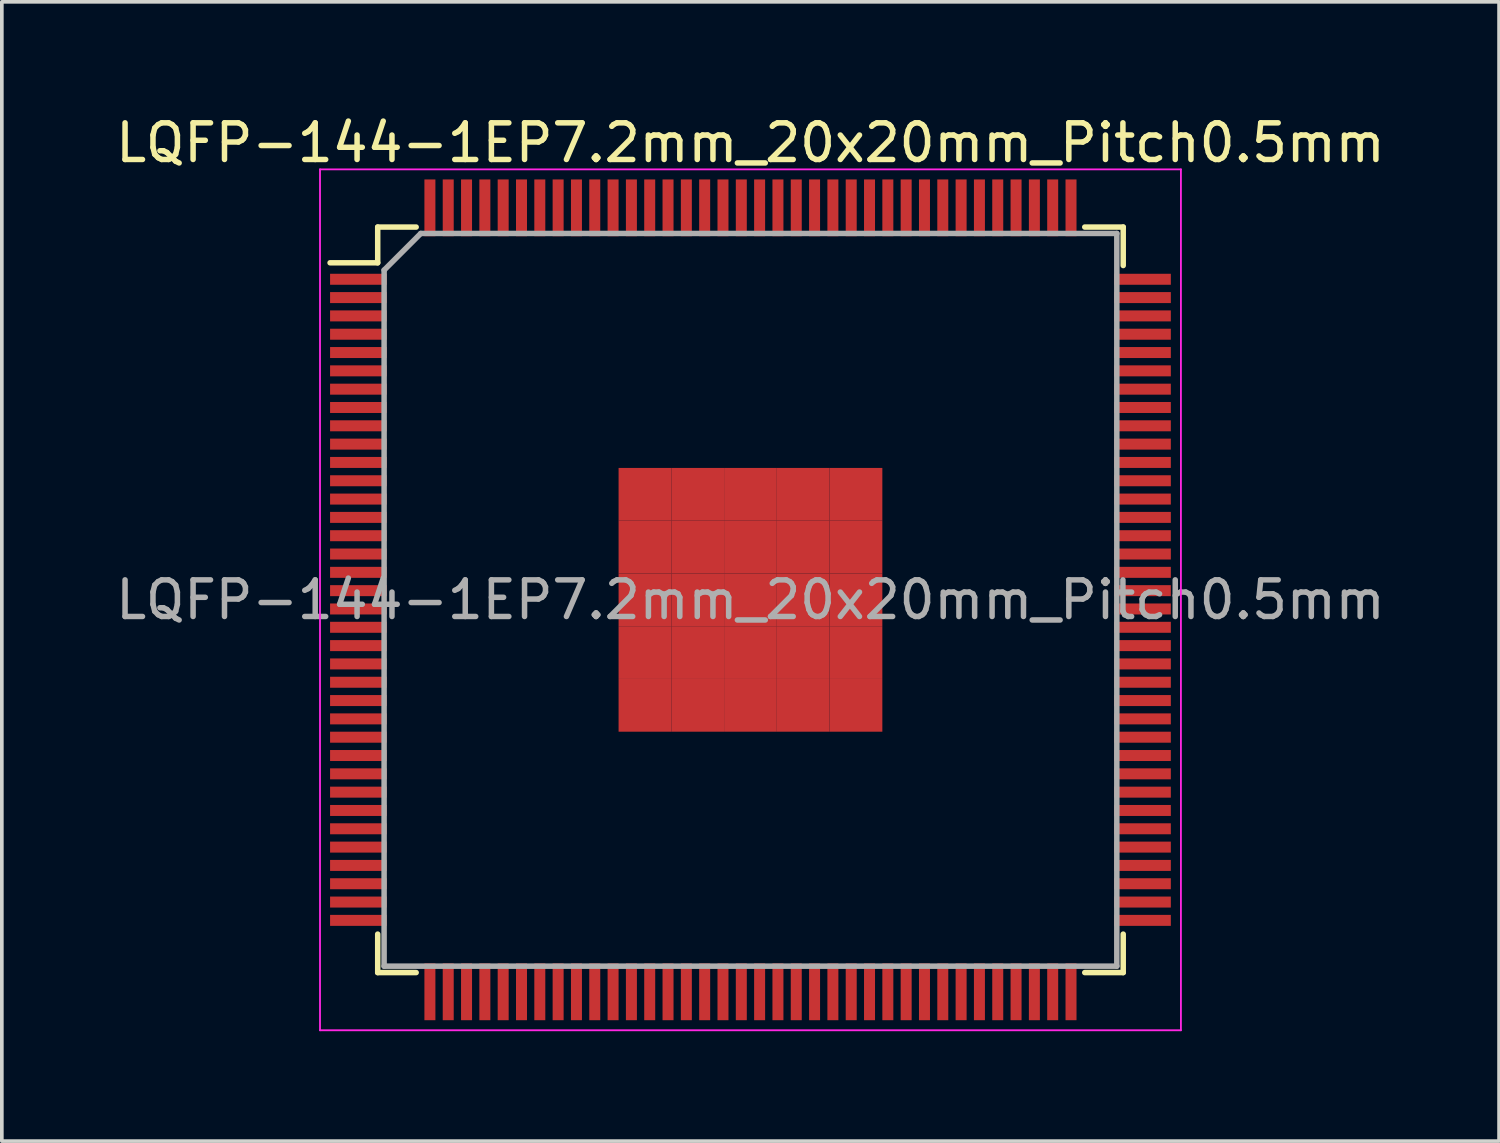
<source format=kicad_pcb>
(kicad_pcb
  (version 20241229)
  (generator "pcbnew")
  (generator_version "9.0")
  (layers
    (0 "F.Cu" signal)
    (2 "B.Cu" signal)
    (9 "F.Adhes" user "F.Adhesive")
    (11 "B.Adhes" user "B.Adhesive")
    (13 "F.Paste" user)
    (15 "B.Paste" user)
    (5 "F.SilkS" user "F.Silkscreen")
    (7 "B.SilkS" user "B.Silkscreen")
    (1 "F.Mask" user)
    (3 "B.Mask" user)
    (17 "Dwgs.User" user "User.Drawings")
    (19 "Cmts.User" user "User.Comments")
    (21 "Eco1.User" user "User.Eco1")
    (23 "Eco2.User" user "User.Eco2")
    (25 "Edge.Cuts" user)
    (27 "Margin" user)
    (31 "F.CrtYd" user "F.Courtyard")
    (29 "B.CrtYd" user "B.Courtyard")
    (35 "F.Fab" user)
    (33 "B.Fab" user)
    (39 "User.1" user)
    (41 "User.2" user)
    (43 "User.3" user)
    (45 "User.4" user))
  (footprint "LQFP-144-1EP7.2mm_20x20mm_Pitch0.5mm"
    (layer "F.Cu")
    (at 17.435 13.323)
    (property "Reference" "LQFP-144-1EP7.2mm_20x20mm_Pitch0.5mm" (at 0 -12.475 0) (layer "F.SilkS") (effects (font (size 1 1) (thickness 0.15))))
    (attr smd)
    (fp_line (start -10.175 -10.175) (end -10.175 -9.2) (stroke (width 0.15) (type solid)) (layer "F.SilkS"))
    (fp_line (start -10.175 -10.175) (end -9.125 -10.175) (stroke (width 0.15) (type solid)) (layer "F.SilkS"))
    (fp_line (start -10.175 -9.2) (end -11.475 -9.2) (stroke (width 0.15) (type solid)) (layer "F.SilkS"))
    (fp_line (start -10.175 10.175) (end -10.175 9.125) (stroke (width 0.15) (type solid)) (layer "F.SilkS"))
    (fp_line (start -10.175 10.175) (end -9.125 10.175) (stroke (width 0.15) (type solid)) (layer "F.SilkS"))
    (fp_line (start 10.175 -10.175) (end 9.125 -10.175) (stroke (width 0.15) (type solid)) (layer "F.SilkS"))
    (fp_line (start 10.175 -10.175) (end 10.175 -9.125) (stroke (width 0.15) (type solid)) (layer "F.SilkS"))
    (fp_line (start 10.175 10.175) (end 9.125 10.175) (stroke (width 0.15) (type solid)) (layer "F.SilkS"))
    (fp_line (start 10.175 10.175) (end 10.175 9.125) (stroke (width 0.15) (type solid)) (layer "F.SilkS"))
    (fp_line (start -11.75 -11.75) (end -11.75 11.75) (stroke (width 0.05) (type solid)) (layer "F.CrtYd"))
    (fp_line (start -11.75 -11.75) (end 11.75 -11.75) (stroke (width 0.05) (type solid)) (layer "F.CrtYd"))
    (fp_line (start -11.75 11.75) (end 11.75 11.75) (stroke (width 0.05) (type solid)) (layer "F.CrtYd"))
    (fp_line (start 11.75 -11.75) (end 11.75 11.75) (stroke (width 0.05) (type solid)) (layer "F.CrtYd"))
    (fp_line (start -10 -9) (end -9 -10) (stroke (width 0.15) (type solid)) (layer "F.Fab"))
    (fp_line (start -10 10) (end -10 -9) (stroke (width 0.15) (type solid)) (layer "F.Fab"))
    (fp_line (start -9 -10) (end 10 -10) (stroke (width 0.15) (type solid)) (layer "F.Fab"))
    (fp_line (start 10 -10) (end 10 10) (stroke (width 0.15) (type solid)) (layer "F.Fab"))
    (fp_line (start 10 10) (end -10 10) (stroke (width 0.15) (type solid)) (layer "F.Fab"))
    (fp_text user "${REFERENCE}" (at 0 0 0) (layer "F.Fab") (effects (font (size 1 1) (thickness 0.15))))
    (pad "1" smd rect (at -10.7 -8.75) (size 1.55 0.3) (layers "F.Cu" "F.Mask" "F.Paste"))
    (pad "2" smd rect (at -10.7 -8.25) (size 1.55 0.3) (layers "F.Cu" "F.Mask" "F.Paste"))
    (pad "3" smd rect (at -10.7 -7.75) (size 1.55 0.3) (layers "F.Cu" "F.Mask" "F.Paste"))
    (pad "4" smd rect (at -10.7 -7.25) (size 1.55 0.3) (layers "F.Cu" "F.Mask" "F.Paste"))
    (pad "5" smd rect (at -10.7 -6.75) (size 1.55 0.3) (layers "F.Cu" "F.Mask" "F.Paste"))
    (pad "6" smd rect (at -10.7 -6.25) (size 1.55 0.3) (layers "F.Cu" "F.Mask" "F.Paste"))
    (pad "7" smd rect (at -10.7 -5.75) (size 1.55 0.3) (layers "F.Cu" "F.Mask" "F.Paste"))
    (pad "8" smd rect (at -10.7 -5.25) (size 1.55 0.3) (layers "F.Cu" "F.Mask" "F.Paste"))
    (pad "9" smd rect (at -10.7 -4.75) (size 1.55 0.3) (layers "F.Cu" "F.Mask" "F.Paste"))
    (pad "10" smd rect (at -10.7 -4.25) (size 1.55 0.3) (layers "F.Cu" "F.Mask" "F.Paste"))
    (pad "11" smd rect (at -10.7 -3.75) (size 1.55 0.3) (layers "F.Cu" "F.Mask" "F.Paste"))
    (pad "12" smd rect (at -10.7 -3.25) (size 1.55 0.3) (layers "F.Cu" "F.Mask" "F.Paste"))
    (pad "13" smd rect (at -10.7 -2.75) (size 1.55 0.3) (layers "F.Cu" "F.Mask" "F.Paste"))
    (pad "14" smd rect (at -10.7 -2.25) (size 1.55 0.3) (layers "F.Cu" "F.Mask" "F.Paste"))
    (pad "15" smd rect (at -10.7 -1.75) (size 1.55 0.3) (layers "F.Cu" "F.Mask" "F.Paste"))
    (pad "16" smd rect (at -10.7 -1.25) (size 1.55 0.3) (layers "F.Cu" "F.Mask" "F.Paste"))
    (pad "17" smd rect (at -10.7 -0.75) (size 1.55 0.3) (layers "F.Cu" "F.Mask" "F.Paste"))
    (pad "18" smd rect (at -10.7 -0.25) (size 1.55 0.3) (layers "F.Cu" "F.Mask" "F.Paste"))
    (pad "19" smd rect (at -10.7 0.25) (size 1.55 0.3) (layers "F.Cu" "F.Mask" "F.Paste"))
    (pad "20" smd rect (at -10.7 0.75) (size 1.55 0.3) (layers "F.Cu" "F.Mask" "F.Paste"))
    (pad "21" smd rect (at -10.7 1.25) (size 1.55 0.3) (layers "F.Cu" "F.Mask" "F.Paste"))
    (pad "22" smd rect (at -10.7 1.75) (size 1.55 0.3) (layers "F.Cu" "F.Mask" "F.Paste"))
    (pad "23" smd rect (at -10.7 2.25) (size 1.55 0.3) (layers "F.Cu" "F.Mask" "F.Paste"))
    (pad "24" smd rect (at -10.7 2.75) (size 1.55 0.3) (layers "F.Cu" "F.Mask" "F.Paste"))
    (pad "25" smd rect (at -10.7 3.25) (size 1.55 0.3) (layers "F.Cu" "F.Mask" "F.Paste"))
    (pad "26" smd rect (at -10.7 3.75) (size 1.55 0.3) (layers "F.Cu" "F.Mask" "F.Paste"))
    (pad "27" smd rect (at -10.7 4.25) (size 1.55 0.3) (layers "F.Cu" "F.Mask" "F.Paste"))
    (pad "28" smd rect (at -10.7 4.75) (size 1.55 0.3) (layers "F.Cu" "F.Mask" "F.Paste"))
    (pad "29" smd rect (at -10.7 5.25) (size 1.55 0.3) (layers "F.Cu" "F.Mask" "F.Paste"))
    (pad "30" smd rect (at -10.7 5.75) (size 1.55 0.3) (layers "F.Cu" "F.Mask" "F.Paste"))
    (pad "31" smd rect (at -10.7 6.25) (size 1.55 0.3) (layers "F.Cu" "F.Mask" "F.Paste"))
    (pad "32" smd rect (at -10.7 6.75) (size 1.55 0.3) (layers "F.Cu" "F.Mask" "F.Paste"))
    (pad "33" smd rect (at -10.7 7.25) (size 1.55 0.3) (layers "F.Cu" "F.Mask" "F.Paste"))
    (pad "34" smd rect (at -10.7 7.75) (size 1.55 0.3) (layers "F.Cu" "F.Mask" "F.Paste"))
    (pad "35" smd rect (at -10.7 8.25) (size 1.55 0.3) (layers "F.Cu" "F.Mask" "F.Paste"))
    (pad "36" smd rect (at -10.7 8.75) (size 1.55 0.3) (layers "F.Cu" "F.Mask" "F.Paste"))
    (pad "37" smd rect (at -8.75 10.7 90) (size 1.55 0.3) (layers "F.Cu" "F.Mask" "F.Paste"))
    (pad "38" smd rect (at -8.25 10.7 90) (size 1.55 0.3) (layers "F.Cu" "F.Mask" "F.Paste"))
    (pad "39" smd rect (at -7.75 10.7 90) (size 1.55 0.3) (layers "F.Cu" "F.Mask" "F.Paste"))
    (pad "40" smd rect (at -7.25 10.7 90) (size 1.55 0.3) (layers "F.Cu" "F.Mask" "F.Paste"))
    (pad "41" smd rect (at -6.75 10.7 90) (size 1.55 0.3) (layers "F.Cu" "F.Mask" "F.Paste"))
    (pad "42" smd rect (at -6.25 10.7 90) (size 1.55 0.3) (layers "F.Cu" "F.Mask" "F.Paste"))
    (pad "43" smd rect (at -5.75 10.7 90) (size 1.55 0.3) (layers "F.Cu" "F.Mask" "F.Paste"))
    (pad "44" smd rect (at -5.25 10.7 90) (size 1.55 0.3) (layers "F.Cu" "F.Mask" "F.Paste"))
    (pad "45" smd rect (at -4.75 10.7 90) (size 1.55 0.3) (layers "F.Cu" "F.Mask" "F.Paste"))
    (pad "46" smd rect (at -4.25 10.7 90) (size 1.55 0.3) (layers "F.Cu" "F.Mask" "F.Paste"))
    (pad "47" smd rect (at -3.75 10.7 90) (size 1.55 0.3) (layers "F.Cu" "F.Mask" "F.Paste"))
    (pad "48" smd rect (at -3.25 10.7 90) (size 1.55 0.3) (layers "F.Cu" "F.Mask" "F.Paste"))
    (pad "49" smd rect (at -2.75 10.7 90) (size 1.55 0.3) (layers "F.Cu" "F.Mask" "F.Paste"))
    (pad "50" smd rect (at -2.25 10.7 90) (size 1.55 0.3) (layers "F.Cu" "F.Mask" "F.Paste"))
    (pad "51" smd rect (at -1.75 10.7 90) (size 1.55 0.3) (layers "F.Cu" "F.Mask" "F.Paste"))
    (pad "52" smd rect (at -1.25 10.7 90) (size 1.55 0.3) (layers "F.Cu" "F.Mask" "F.Paste"))
    (pad "53" smd rect (at -0.75 10.7 90) (size 1.55 0.3) (layers "F.Cu" "F.Mask" "F.Paste"))
    (pad "54" smd rect (at -0.25 10.7 90) (size 1.55 0.3) (layers "F.Cu" "F.Mask" "F.Paste"))
    (pad "55" smd rect (at 0.25 10.7 90) (size 1.55 0.3) (layers "F.Cu" "F.Mask" "F.Paste"))
    (pad "56" smd rect (at 0.75 10.7 90) (size 1.55 0.3) (layers "F.Cu" "F.Mask" "F.Paste"))
    (pad "57" smd rect (at 1.25 10.7 90) (size 1.55 0.3) (layers "F.Cu" "F.Mask" "F.Paste"))
    (pad "58" smd rect (at 1.75 10.7 90) (size 1.55 0.3) (layers "F.Cu" "F.Mask" "F.Paste"))
    (pad "59" smd rect (at 2.25 10.7 90) (size 1.55 0.3) (layers "F.Cu" "F.Mask" "F.Paste"))
    (pad "60" smd rect (at 2.75 10.7 90) (size 1.55 0.3) (layers "F.Cu" "F.Mask" "F.Paste"))
    (pad "61" smd rect (at 3.25 10.7 90) (size 1.55 0.3) (layers "F.Cu" "F.Mask" "F.Paste"))
    (pad "62" smd rect (at 3.75 10.7 90) (size 1.55 0.3) (layers "F.Cu" "F.Mask" "F.Paste"))
    (pad "63" smd rect (at 4.25 10.7 90) (size 1.55 0.3) (layers "F.Cu" "F.Mask" "F.Paste"))
    (pad "64" smd rect (at 4.75 10.7 90) (size 1.55 0.3) (layers "F.Cu" "F.Mask" "F.Paste"))
    (pad "65" smd rect (at 5.25 10.7 90) (size 1.55 0.3) (layers "F.Cu" "F.Mask" "F.Paste"))
    (pad "66" smd rect (at 5.75 10.7 90) (size 1.55 0.3) (layers "F.Cu" "F.Mask" "F.Paste"))
    (pad "67" smd rect (at 6.25 10.7 90) (size 1.55 0.3) (layers "F.Cu" "F.Mask" "F.Paste"))
    (pad "68" smd rect (at 6.75 10.7 90) (size 1.55 0.3) (layers "F.Cu" "F.Mask" "F.Paste"))
    (pad "69" smd rect (at 7.25 10.7 90) (size 1.55 0.3) (layers "F.Cu" "F.Mask" "F.Paste"))
    (pad "70" smd rect (at 7.75 10.7 90) (size 1.55 0.3) (layers "F.Cu" "F.Mask" "F.Paste"))
    (pad "71" smd rect (at 8.25 10.7 90) (size 1.55 0.3) (layers "F.Cu" "F.Mask" "F.Paste"))
    (pad "72" smd rect (at 8.75 10.7 90) (size 1.55 0.3) (layers "F.Cu" "F.Mask" "F.Paste"))
    (pad "73" smd rect (at 10.7 8.75) (size 1.55 0.3) (layers "F.Cu" "F.Mask" "F.Paste"))
    (pad "74" smd rect (at 10.7 8.25) (size 1.55 0.3) (layers "F.Cu" "F.Mask" "F.Paste"))
    (pad "75" smd rect (at 10.7 7.75) (size 1.55 0.3) (layers "F.Cu" "F.Mask" "F.Paste"))
    (pad "76" smd rect (at 10.7 7.25) (size 1.55 0.3) (layers "F.Cu" "F.Mask" "F.Paste"))
    (pad "77" smd rect (at 10.7 6.75) (size 1.55 0.3) (layers "F.Cu" "F.Mask" "F.Paste"))
    (pad "78" smd rect (at 10.7 6.25) (size 1.55 0.3) (layers "F.Cu" "F.Mask" "F.Paste"))
    (pad "79" smd rect (at 10.7 5.75) (size 1.55 0.3) (layers "F.Cu" "F.Mask" "F.Paste"))
    (pad "80" smd rect (at 10.7 5.25) (size 1.55 0.3) (layers "F.Cu" "F.Mask" "F.Paste"))
    (pad "81" smd rect (at 10.7 4.75) (size 1.55 0.3) (layers "F.Cu" "F.Mask" "F.Paste"))
    (pad "82" smd rect (at 10.7 4.25) (size 1.55 0.3) (layers "F.Cu" "F.Mask" "F.Paste"))
    (pad "83" smd rect (at 10.7 3.75) (size 1.55 0.3) (layers "F.Cu" "F.Mask" "F.Paste"))
    (pad "84" smd rect (at 10.7 3.25) (size 1.55 0.3) (layers "F.Cu" "F.Mask" "F.Paste"))
    (pad "85" smd rect (at 10.7 2.75) (size 1.55 0.3) (layers "F.Cu" "F.Mask" "F.Paste"))
    (pad "86" smd rect (at 10.7 2.25) (size 1.55 0.3) (layers "F.Cu" "F.Mask" "F.Paste"))
    (pad "87" smd rect (at 10.7 1.75) (size 1.55 0.3) (layers "F.Cu" "F.Mask" "F.Paste"))
    (pad "88" smd rect (at 10.7 1.25) (size 1.55 0.3) (layers "F.Cu" "F.Mask" "F.Paste"))
    (pad "89" smd rect (at 10.7 0.75) (size 1.55 0.3) (layers "F.Cu" "F.Mask" "F.Paste"))
    (pad "90" smd rect (at 10.7 0.25) (size 1.55 0.3) (layers "F.Cu" "F.Mask" "F.Paste"))
    (pad "91" smd rect (at 10.7 -0.25) (size 1.55 0.3) (layers "F.Cu" "F.Mask" "F.Paste"))
    (pad "92" smd rect (at 10.7 -0.75) (size 1.55 0.3) (layers "F.Cu" "F.Mask" "F.Paste"))
    (pad "93" smd rect (at 10.7 -1.25) (size 1.55 0.3) (layers "F.Cu" "F.Mask" "F.Paste"))
    (pad "94" smd rect (at 10.7 -1.75) (size 1.55 0.3) (layers "F.Cu" "F.Mask" "F.Paste"))
    (pad "95" smd rect (at 10.7 -2.25) (size 1.55 0.3) (layers "F.Cu" "F.Mask" "F.Paste"))
    (pad "96" smd rect (at 10.7 -2.75) (size 1.55 0.3) (layers "F.Cu" "F.Mask" "F.Paste"))
    (pad "97" smd rect (at 10.7 -3.25) (size 1.55 0.3) (layers "F.Cu" "F.Mask" "F.Paste"))
    (pad "98" smd rect (at 10.7 -3.75) (size 1.55 0.3) (layers "F.Cu" "F.Mask" "F.Paste"))
    (pad "99" smd rect (at 10.7 -4.25) (size 1.55 0.3) (layers "F.Cu" "F.Mask" "F.Paste"))
    (pad "100" smd rect (at 10.7 -4.75) (size 1.55 0.3) (layers "F.Cu" "F.Mask" "F.Paste"))
    (pad "101" smd rect (at 10.7 -5.25) (size 1.55 0.3) (layers "F.Cu" "F.Mask" "F.Paste"))
    (pad "102" smd rect (at 10.7 -5.75) (size 1.55 0.3) (layers "F.Cu" "F.Mask" "F.Paste"))
    (pad "103" smd rect (at 10.7 -6.25) (size 1.55 0.3) (layers "F.Cu" "F.Mask" "F.Paste"))
    (pad "104" smd rect (at 10.7 -6.75) (size 1.55 0.3) (layers "F.Cu" "F.Mask" "F.Paste"))
    (pad "105" smd rect (at 10.7 -7.25) (size 1.55 0.3) (layers "F.Cu" "F.Mask" "F.Paste"))
    (pad "106" smd rect (at 10.7 -7.75) (size 1.55 0.3) (layers "F.Cu" "F.Mask" "F.Paste"))
    (pad "107" smd rect (at 10.7 -8.25) (size 1.55 0.3) (layers "F.Cu" "F.Mask" "F.Paste"))
    (pad "108" smd rect (at 10.7 -8.75) (size 1.55 0.3) (layers "F.Cu" "F.Mask" "F.Paste"))
    (pad "109" smd rect (at 8.75 -10.7 90) (size 1.55 0.3) (layers "F.Cu" "F.Mask" "F.Paste"))
    (pad "110" smd rect (at 8.25 -10.7 90) (size 1.55 0.3) (layers "F.Cu" "F.Mask" "F.Paste"))
    (pad "111" smd rect (at 7.75 -10.7 90) (size 1.55 0.3) (layers "F.Cu" "F.Mask" "F.Paste"))
    (pad "112" smd rect (at 7.25 -10.7 90) (size 1.55 0.3) (layers "F.Cu" "F.Mask" "F.Paste"))
    (pad "113" smd rect (at 6.75 -10.7 90) (size 1.55 0.3) (layers "F.Cu" "F.Mask" "F.Paste"))
    (pad "114" smd rect (at 6.25 -10.7 90) (size 1.55 0.3) (layers "F.Cu" "F.Mask" "F.Paste"))
    (pad "115" smd rect (at 5.75 -10.7 90) (size 1.55 0.3) (layers "F.Cu" "F.Mask" "F.Paste"))
    (pad "116" smd rect (at 5.25 -10.7 90) (size 1.55 0.3) (layers "F.Cu" "F.Mask" "F.Paste"))
    (pad "117" smd rect (at 4.75 -10.7 90) (size 1.55 0.3) (layers "F.Cu" "F.Mask" "F.Paste"))
    (pad "118" smd rect (at 4.25 -10.7 90) (size 1.55 0.3) (layers "F.Cu" "F.Mask" "F.Paste"))
    (pad "119" smd rect (at 3.75 -10.7 90) (size 1.55 0.3) (layers "F.Cu" "F.Mask" "F.Paste"))
    (pad "120" smd rect (at 3.25 -10.7 90) (size 1.55 0.3) (layers "F.Cu" "F.Mask" "F.Paste"))
    (pad "121" smd rect (at 2.75 -10.7 90) (size 1.55 0.3) (layers "F.Cu" "F.Mask" "F.Paste"))
    (pad "122" smd rect (at 2.25 -10.7 90) (size 1.55 0.3) (layers "F.Cu" "F.Mask" "F.Paste"))
    (pad "123" smd rect (at 1.75 -10.7 90) (size 1.55 0.3) (layers "F.Cu" "F.Mask" "F.Paste"))
    (pad "124" smd rect (at 1.25 -10.7 90) (size 1.55 0.3) (layers "F.Cu" "F.Mask" "F.Paste"))
    (pad "125" smd rect (at 0.75 -10.7 90) (size 1.55 0.3) (layers "F.Cu" "F.Mask" "F.Paste"))
    (pad "126" smd rect (at 0.25 -10.7 90) (size 1.55 0.3) (layers "F.Cu" "F.Mask" "F.Paste"))
    (pad "127" smd rect (at -0.25 -10.7 90) (size 1.55 0.3) (layers "F.Cu" "F.Mask" "F.Paste"))
    (pad "128" smd rect (at -0.75 -10.7 90) (size 1.55 0.3) (layers "F.Cu" "F.Mask" "F.Paste"))
    (pad "129" smd rect (at -1.25 -10.7 90) (size 1.55 0.3) (layers "F.Cu" "F.Mask" "F.Paste"))
    (pad "130" smd rect (at -1.75 -10.7 90) (size 1.55 0.3) (layers "F.Cu" "F.Mask" "F.Paste"))
    (pad "131" smd rect (at -2.25 -10.7 90) (size 1.55 0.3) (layers "F.Cu" "F.Mask" "F.Paste"))
    (pad "132" smd rect (at -2.75 -10.7 90) (size 1.55 0.3) (layers "F.Cu" "F.Mask" "F.Paste"))
    (pad "133" smd rect (at -3.25 -10.7 90) (size 1.55 0.3) (layers "F.Cu" "F.Mask" "F.Paste"))
    (pad "134" smd rect (at -3.75 -10.7 90) (size 1.55 0.3) (layers "F.Cu" "F.Mask" "F.Paste"))
    (pad "135" smd rect (at -4.25 -10.7 90) (size 1.55 0.3) (layers "F.Cu" "F.Mask" "F.Paste"))
    (pad "136" smd rect (at -4.75 -10.7 90) (size 1.55 0.3) (layers "F.Cu" "F.Mask" "F.Paste"))
    (pad "137" smd rect (at -5.25 -10.7 90) (size 1.55 0.3) (layers "F.Cu" "F.Mask" "F.Paste"))
    (pad "138" smd rect (at -5.75 -10.7 90) (size 1.55 0.3) (layers "F.Cu" "F.Mask" "F.Paste"))
    (pad "139" smd rect (at -6.25 -10.7 90) (size 1.55 0.3) (layers "F.Cu" "F.Mask" "F.Paste"))
    (pad "140" smd rect (at -6.75 -10.7 90) (size 1.55 0.3) (layers "F.Cu" "F.Mask" "F.Paste"))
    (pad "141" smd rect (at -7.25 -10.7 90) (size 1.55 0.3) (layers "F.Cu" "F.Mask" "F.Paste"))
    (pad "142" smd rect (at -7.75 -10.7 90) (size 1.55 0.3) (layers "F.Cu" "F.Mask" "F.Paste"))
    (pad "143" smd rect (at -8.25 -10.7 90) (size 1.55 0.3) (layers "F.Cu" "F.Mask" "F.Paste"))
    (pad "144" smd rect (at -8.75 -10.7 90) (size 1.55 0.3) (layers "F.Cu" "F.Mask" "F.Paste"))
    (pad "145" smd rect (at -2.88 -2.88) (size 1.44 1.44) (layers "F.Cu" "F.Mask" "F.Paste"))
    (pad "145" smd rect (at -2.88 -1.44) (size 1.44 1.44) (layers "F.Cu" "F.Mask" "F.Paste"))
    (pad "145" smd rect (at -2.88 0) (size 1.44 1.44) (layers "F.Cu" "F.Mask" "F.Paste"))
    (pad "145" smd rect (at -2.88 1.44) (size 1.44 1.44) (layers "F.Cu" "F.Mask" "F.Paste"))
    (pad "145" smd rect (at -2.88 2.88) (size 1.44 1.44) (layers "F.Cu" "F.Mask" "F.Paste"))
    (pad "145" smd rect (at -1.44 -2.88) (size 1.44 1.44) (layers "F.Cu" "F.Mask" "F.Paste"))
    (pad "145" smd rect (at -1.44 -1.44) (size 1.44 1.44) (layers "F.Cu" "F.Mask" "F.Paste"))
    (pad "145" smd rect (at -1.44 0) (size 1.44 1.44) (layers "F.Cu" "F.Mask" "F.Paste"))
    (pad "145" smd rect (at -1.44 1.44) (size 1.44 1.44) (layers "F.Cu" "F.Mask" "F.Paste"))
    (pad "145" smd rect (at -1.44 2.88) (size 1.44 1.44) (layers "F.Cu" "F.Mask" "F.Paste"))
    (pad "145" smd rect (at 0 -2.88) (size 1.44 1.44) (layers "F.Cu" "F.Mask" "F.Paste"))
    (pad "145" smd rect (at 0 -1.44) (size 1.44 1.44) (layers "F.Cu" "F.Mask" "F.Paste"))
    (pad "145" smd rect (at 0 0) (size 1.44 1.44) (layers "F.Cu" "F.Mask" "F.Paste"))
    (pad "145" smd rect (at 0 1.44) (size 1.44 1.44) (layers "F.Cu" "F.Mask" "F.Paste"))
    (pad "145" smd rect (at 0 2.88) (size 1.44 1.44) (layers "F.Cu" "F.Mask" "F.Paste"))
    (pad "145" smd rect (at 1.44 -2.88) (size 1.44 1.44) (layers "F.Cu" "F.Mask" "F.Paste"))
    (pad "145" smd rect (at 1.44 -1.44) (size 1.44 1.44) (layers "F.Cu" "F.Mask" "F.Paste"))
    (pad "145" smd rect (at 1.44 0) (size 1.44 1.44) (layers "F.Cu" "F.Mask" "F.Paste"))
    (pad "145" smd rect (at 1.44 1.44) (size 1.44 1.44) (layers "F.Cu" "F.Mask" "F.Paste"))
    (pad "145" smd rect (at 1.44 2.88) (size 1.44 1.44) (layers "F.Cu" "F.Mask" "F.Paste"))
    (pad "145" smd rect (at 2.88 -2.88) (size 1.44 1.44) (layers "F.Cu" "F.Mask" "F.Paste"))
    (pad "145" smd rect (at 2.88 -1.44) (size 1.44 1.44) (layers "F.Cu" "F.Mask" "F.Paste"))
    (pad "145" smd rect (at 2.88 0) (size 1.44 1.44) (layers "F.Cu" "F.Mask" "F.Paste"))
    (pad "145" smd rect (at 2.88 1.44) (size 1.44 1.44) (layers "F.Cu" "F.Mask" "F.Paste"))
    (pad "145" smd rect (at 2.88 2.88) (size 1.44 1.44) (layers "F.Cu" "F.Mask" "F.Paste")))
  (gr_rect
    (start -3 -3)
    (end 37.869 28.098)
    (stroke (width 0.1) (type default))
    (fill no)
    (layer "Edge.Cuts")))
</source>
